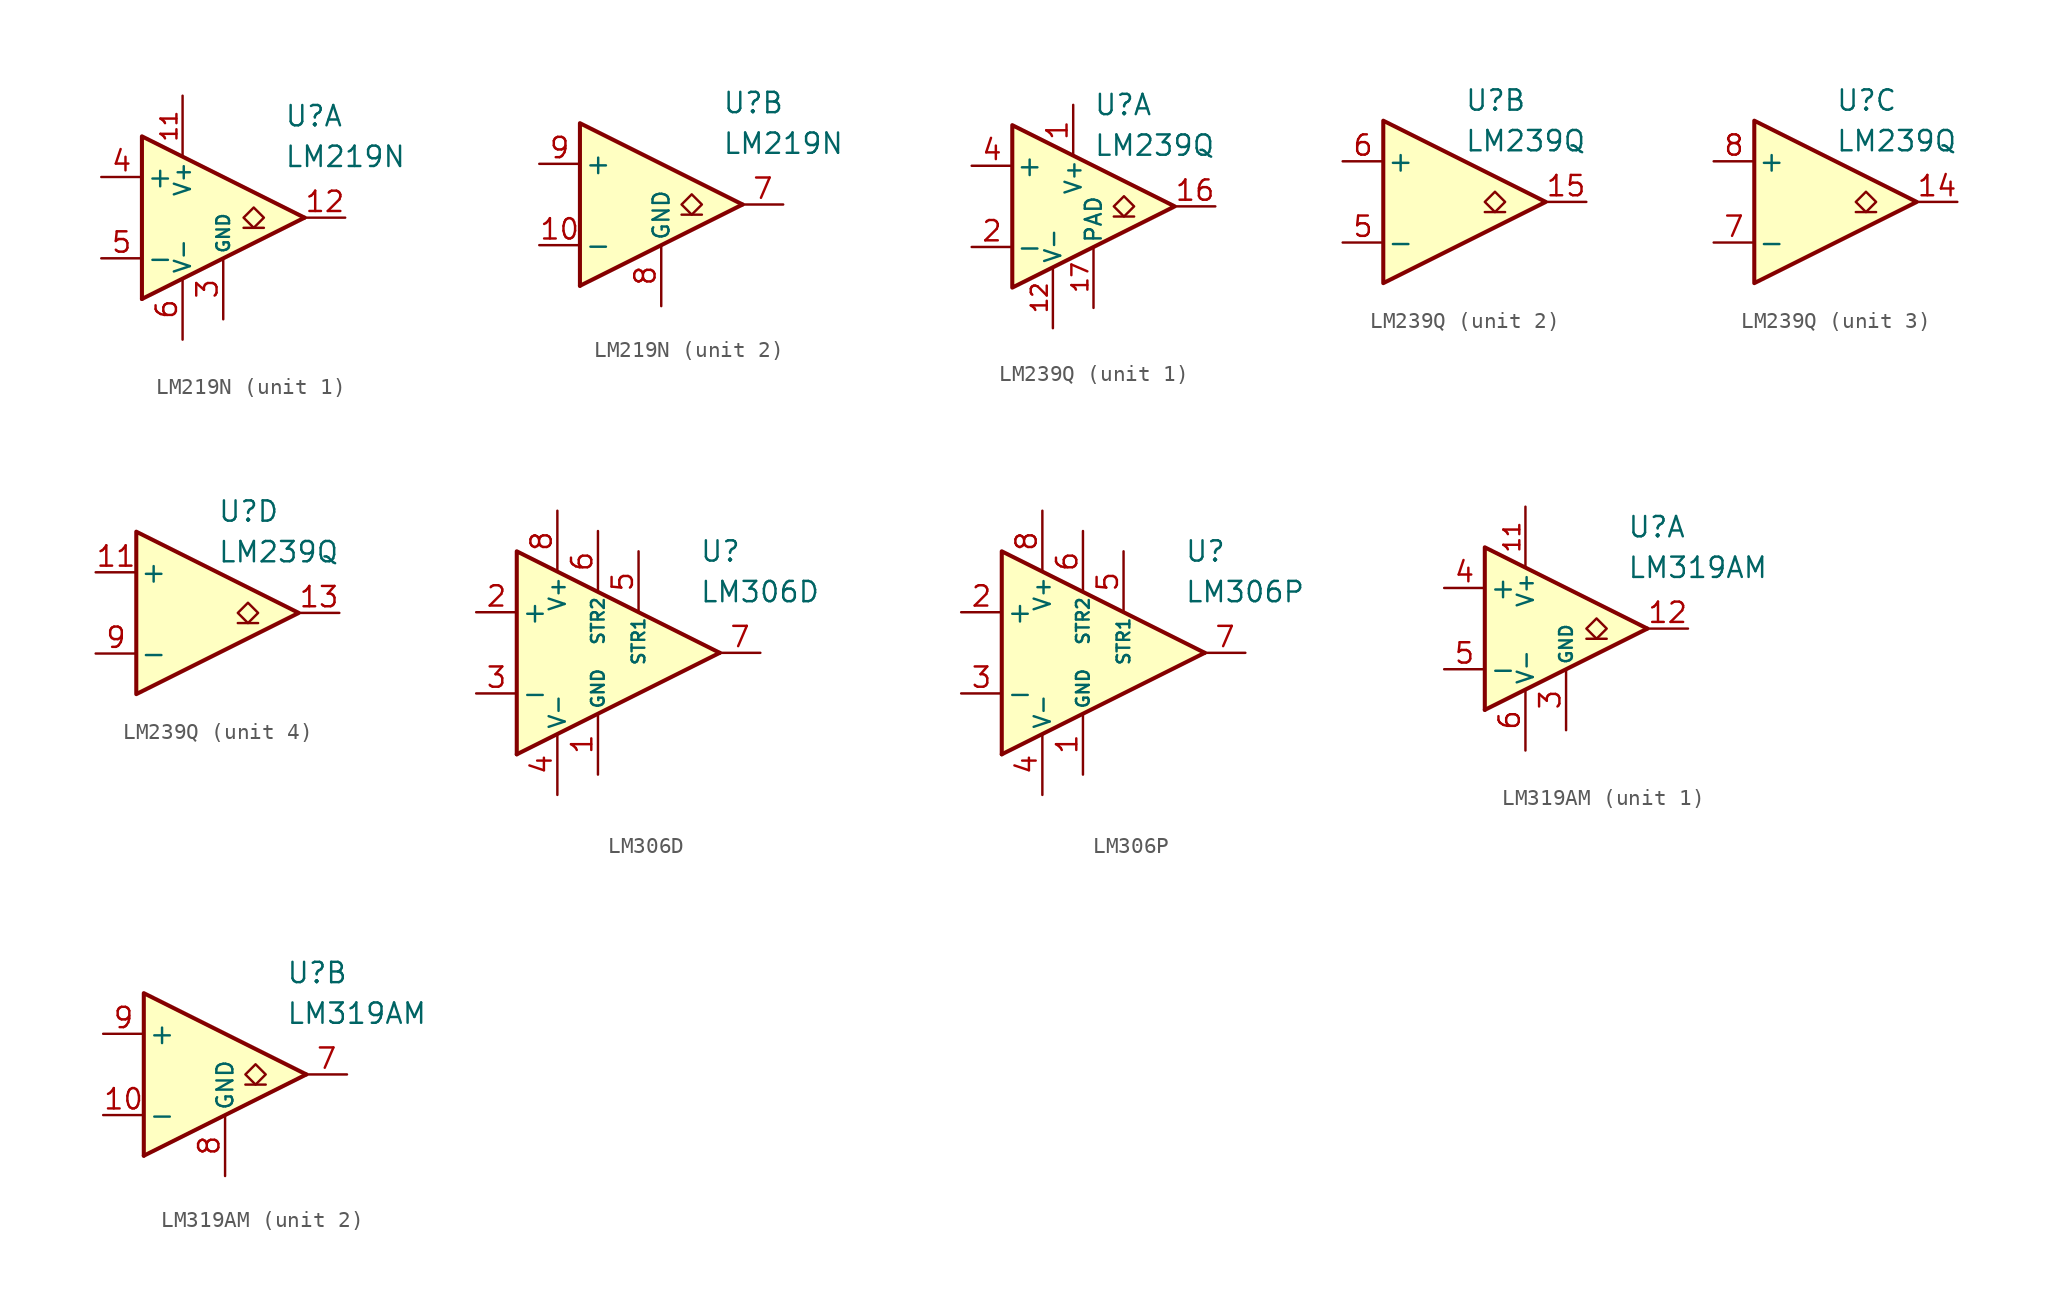
<source format=kicad_sym>
(kicad_symbol_lib
  (version 20231120)
  (generator "kicad_symbol_editor")
  (generator_version "8.0")
  (symbol "LM219N"
    (pin_names
      (offset 0.254))
    (property "Reference" "U"
      (at 6.35 6.35 0)
      (effects (font (size 1.27 1.27)) (justify left)))
    (property "Value" "LM219N"
      (at 6.35 3.81 0)
      (effects (font (size 1.27 1.27)) (justify left)))
    (property "ki_locked" ""
      (at 0 0 0)
      (effects (font (size 1.27 1.27))))
    (symbol "LM219N_0_0"
      (polyline (pts (xy 7.62 0) (xy -2.54 -5.08)) (stroke (width 0.254) (type default)) (fill (type none)))
      (polyline (pts (xy 7.62 0) (xy -2.54 5.08) (xy -2.54 -5.08)) (stroke (width 0.254) (type default)) (fill (type background))))
    (symbol "LM219N_1_1"
      (polyline (pts (xy 5.08 -0.635) (xy 3.81 -0.635)) (stroke (width 0.152) (type default)) (fill (type none)))
      (polyline (pts (xy 4.445 -0.635) (xy 3.81 0) (xy 4.445 0.635) (xy 5.08 0) (xy 4.445 -0.635)) (stroke (width 0.152) (type default)) (fill (type none)))
      (pin no_connect line (at 1.27 2.54 270) (length 2.54) hide (name "NC" (effects (font (size 1.27 1.27)))) (number "1" (effects (font (size 1.27 1.27)))))
      (pin power_in line (at 0 7.62 270) (length 3.81) (name "V+" (effects (font (size 1 1)))) (number "11" (effects (font (size 1 1)))))
      (pin open_collector line (at 10.16 0 180) (length 2.54) (name "~" (effects (font (size 1.27 1.27)))) (number "12" (effects (font (size 1.27 1.27)))))
      (pin no_connect line (at 1.27 -2.54 90) (length 2.54) hide (name "NC" (effects (font (size 1.27 1.27)))) (number "2" (effects (font (size 1.27 1.27)))))
      (pin power_in line (at 2.54 -6.35 90) (length 3.81) (name "GND" (effects (font (size 0.8 0.8)))) (number "3" (effects (font (size 1.27 1.27)))))
      (pin input line (at -5.08 2.54 0) (length 2.54) (name "+" (effects (font (size 1.27 1.27)))) (number "4" (effects (font (size 1.27 1.27)))))
      (pin input line (at -5.08 -2.54 0) (length 2.54) (name "-" (effects (font (size 1.27 1.27)))) (number "5" (effects (font (size 1.27 1.27)))))
      (pin power_in line (at 0 -7.62 90) (length 3.81) (name "V-" (effects (font (size 1 1)))) (number "6" (effects (font (size 1.27 1.27))))))
    (symbol "LM219N_2_1"
      (polyline (pts (xy 5.08 -0.635) (xy 3.81 -0.635)) (stroke (width 0.152) (type default)) (fill (type none)))
      (polyline (pts (xy 4.445 -0.635) (xy 3.81 0) (xy 4.445 0.635) (xy 5.08 0) (xy 4.445 -0.635)) (stroke (width 0.152) (type default)) (fill (type none)))
      (pin input line (at -5.08 -2.54 0) (length 2.54) (name "-" (effects (font (size 1.27 1.27)))) (number "10" (effects (font (size 1.27 1.27)))))
      (pin no_connect line (at 1.27 -2.54 90) (length 2.54) hide (name "NC" (effects (font (size 1.27 1.27)))) (number "13" (effects (font (size 1.27 1.27)))))
      (pin no_connect line (at 1.27 2.54 270) (length 2.54) hide (name "NC" (effects (font (size 1.27 1.27)))) (number "14" (effects (font (size 1.27 1.27)))))
      (pin open_collector line (at 10.16 0 180) (length 2.54) (name "~" (effects (font (size 1.27 1.27)))) (number "7" (effects (font (size 1.27 1.27)))))
      (pin power_in line (at 2.54 -6.35 90) (length 3.81) (name "GND" (effects (font (size 1 1)))) (number "8" (effects (font (size 1.27 1.27)))))
      (pin input line (at -5.08 2.54 0) (length 2.54) (name "+" (effects (font (size 1.27 1.27)))) (number "9" (effects (font (size 1.27 1.27)))))))
  (symbol "LM239Q"
    (pin_names
      (offset 0.2))
    (property "Reference" "U"
      (at 1.27 6.35 0)
      (effects (font (size 1.27 1.27)) (justify left)))
    (property "Value" "LM239Q"
      (at 1.27 3.81 0)
      (effects (font (size 1.27 1.27)) (justify left)))
    (property "ki_locked" ""
      (at 0 0 0)
      (effects (font (size 1.27 1.27))))
    (symbol "LM239Q_0_1"
      (polyline (pts (xy -3.81 5.08) (xy -3.81 -5.08) (xy 6.35 0) (xy -3.81 5.08)) (stroke (width 0.254) (type default)) (fill (type background))))
    (symbol "LM239Q_1_1"
      (polyline (pts (xy 3.81 -0.635) (xy 2.54 -0.635)) (stroke (width 0.152) (type default)) (fill (type none)))
      (polyline (pts (xy 3.175 -0.635) (xy 2.54 0) (xy 3.175 0.635) (xy 3.81 0) (xy 3.175 -0.635)) (stroke (width 0.152) (type default)) (fill (type none)))
      (pin power_in line (at 0 6.35 270) (length 3.18) (name "V+" (effects (font (size 1 1)))) (number "1" (effects (font (size 1.27 1.27)))))
      (pin free line (at -2.54 -1.27 0) (length 2.54) hide (name "NC" (effects (font (size 1.27 1.27)))) (number "10" (effects (font (size 1.27 1.27)))))
      (pin power_in line (at -1.27 -7.62 90) (length 3.81) (name "V-" (effects (font (size 1 1)))) (number "12" (effects (font (size 1 1)))))
      (pin open_collector line (at 8.89 0 180) (length 2.54) (name "~" (effects (font (size 1.27 1.27)))) (number "16" (effects (font (size 1.27 1.27)))))
      (pin power_in line (at 1.27 -6.35 90) (length 3.81) (name "PAD" (effects (font (size 1 1)))) (number "17" (effects (font (size 1 1)))))
      (pin input line (at -6.35 -2.54 0) (length 2.54) (name "-" (effects (font (size 1.27 1.27)))) (number "2" (effects (font (size 1.27 1.27)))))
      (pin free line (at -2.54 1.27 0) (length 2.54) hide (name "NC" (effects (font (size 1.27 1.27)))) (number "3" (effects (font (size 1.27 1.27)))))
      (pin input line (at -6.35 2.54 0) (length 2.54) (name "+" (effects (font (size 1.27 1.27)))) (number "4" (effects (font (size 1.27 1.27))))))
    (symbol "LM239Q_2_1"
      (polyline (pts (xy 3.81 -0.635) (xy 2.54 -0.635)) (stroke (width 0.152) (type default)) (fill (type none)))
      (polyline (pts (xy 3.175 -0.635) (xy 2.54 0) (xy 3.175 0.635) (xy 3.81 0) (xy 3.175 -0.635)) (stroke (width 0.152) (type default)) (fill (type none)))
      (pin open_collector line (at 8.89 0 180) (length 2.54) (name "~" (effects (font (size 1.27 1.27)))) (number "15" (effects (font (size 1.27 1.27)))))
      (pin input line (at -6.35 -2.54 0) (length 2.54) (name "-" (effects (font (size 1.27 1.27)))) (number "5" (effects (font (size 1.27 1.27)))))
      (pin input line (at -6.35 2.54 0) (length 2.54) (name "+" (effects (font (size 1.27 1.27)))) (number "6" (effects (font (size 1.27 1.27))))))
    (symbol "LM239Q_3_1"
      (polyline (pts (xy 3.81 -0.635) (xy 2.54 -0.635)) (stroke (width 0.152) (type default)) (fill (type none)))
      (polyline (pts (xy 3.175 -0.635) (xy 2.54 0) (xy 3.175 0.635) (xy 3.81 0) (xy 3.175 -0.635)) (stroke (width 0.152) (type default)) (fill (type none)))
      (pin open_collector line (at 8.89 0 180) (length 2.54) (name "~" (effects (font (size 1.27 1.27)))) (number "14" (effects (font (size 1.27 1.27)))))
      (pin input line (at -6.35 -2.54 0) (length 2.54) (name "-" (effects (font (size 1.27 1.27)))) (number "7" (effects (font (size 1.27 1.27)))))
      (pin input line (at -6.35 2.54 0) (length 2.54) (name "+" (effects (font (size 1.27 1.27)))) (number "8" (effects (font (size 1.27 1.27))))))
    (symbol "LM239Q_4_1"
      (polyline (pts (xy 3.81 -0.635) (xy 2.54 -0.635)) (stroke (width 0.152) (type default)) (fill (type none)))
      (polyline (pts (xy 3.175 -0.635) (xy 2.54 0) (xy 3.175 0.635) (xy 3.81 0) (xy 3.175 -0.635)) (stroke (width 0.152) (type default)) (fill (type none)))
      (pin input line (at -6.35 2.54 0) (length 2.54) (name "+" (effects (font (size 1.27 1.27)))) (number "11" (effects (font (size 1.27 1.27)))))
      (pin open_collector line (at 8.89 0 180) (length 2.54) (name "~" (effects (font (size 1.27 1.27)))) (number "13" (effects (font (size 1.27 1.27)))))
      (pin input line (at -6.35 -2.54 0) (length 2.54) (name "-" (effects (font (size 1.27 1.27)))) (number "9" (effects (font (size 1.27 1.27)))))))
  (symbol "LM306D"
    (pin_names
      (offset 0.254))
    (property "Reference" "U"
      (at 6.35 6.35 0)
      (effects (font (size 1.27 1.27)) (justify left)))
    (property "Value" "LM306D"
      (at 6.35 3.81 0)
      (effects (font (size 1.27 1.27)) (justify left)))
    (symbol "LM306D_0_0"
      (polyline (pts (xy 7.62 0) (xy -5.08 -6.35)) (stroke (width 0.254) (type default)) (fill (type none)))
      (polyline (pts (xy 7.62 0) (xy -5.08 6.35) (xy -5.08 -6.35)) (stroke (width 0.254) (type default)) (fill (type background))))
    (symbol "LM306D_1_1"
      (pin power_in line (at 0 -7.62 90) (length 3.81) (name "GND" (effects (font (size 0.8 0.8)))) (number "1" (effects (font (size 1.27 1.27)))))
      (pin input line (at -7.62 2.54 0) (length 2.54) (name "+" (effects (font (size 1.27 1.27)))) (number "2" (effects (font (size 1.27 1.27)))))
      (pin input line (at -7.62 -2.54 0) (length 2.54) (name "-" (effects (font (size 1.27 1.27)))) (number "3" (effects (font (size 1.27 1.27)))))
      (pin power_in line (at -2.54 -8.89 90) (length 3.81) (name "V-" (effects (font (size 1 1)))) (number "4" (effects (font (size 1.27 1.27)))))
      (pin input line (at 2.54 6.35 270) (length 3.81) (name "STR1" (effects (font (size 0.8 0.8)))) (number "5" (effects (font (size 1.27 1.27)))))
      (pin input line (at 0 7.62 270) (length 3.81) (name "STR2" (effects (font (size 0.8 0.8)))) (number "6" (effects (font (size 1.27 1.27)))))
      (pin output line (at 10.16 0 180) (length 2.54) (name "~" (effects (font (size 1.27 1.27)))) (number "7" (effects (font (size 1.27 1.27)))))
      (pin power_in line (at -2.54 8.89 270) (length 3.81) (name "V+" (effects (font (size 1 1)))) (number "8" (effects (font (size 1.27 1.27)))))))
  (symbol "LM306P"
    (pin_names
      (offset 0.254))
    (property "Reference" "U"
      (at 6.35 6.35 0)
      (effects (font (size 1.27 1.27)) (justify left)))
    (property "Value" "LM306P"
      (at 6.35 3.81 0)
      (effects (font (size 1.27 1.27)) (justify left)))
    (symbol "LM306P_0_0"
      (polyline (pts (xy 7.62 0) (xy -5.08 -6.35)) (stroke (width 0.254) (type default)) (fill (type none)))
      (polyline (pts (xy 7.62 0) (xy -5.08 6.35) (xy -5.08 -6.35)) (stroke (width 0.254) (type default)) (fill (type background))))
    (symbol "LM306P_1_1"
      (pin power_in line (at 0 -7.62 90) (length 3.81) (name "GND" (effects (font (size 0.8 0.8)))) (number "1" (effects (font (size 1.27 1.27)))))
      (pin input line (at -7.62 2.54 0) (length 2.54) (name "+" (effects (font (size 1.27 1.27)))) (number "2" (effects (font (size 1.27 1.27)))))
      (pin input line (at -7.62 -2.54 0) (length 2.54) (name "-" (effects (font (size 1.27 1.27)))) (number "3" (effects (font (size 1.27 1.27)))))
      (pin power_in line (at -2.54 -8.89 90) (length 3.81) (name "V-" (effects (font (size 1 1)))) (number "4" (effects (font (size 1.27 1.27)))))
      (pin input line (at 2.54 6.35 270) (length 3.81) (name "STR1" (effects (font (size 0.8 0.8)))) (number "5" (effects (font (size 1.27 1.27)))))
      (pin input line (at 0 7.62 270) (length 3.81) (name "STR2" (effects (font (size 0.8 0.8)))) (number "6" (effects (font (size 1.27 1.27)))))
      (pin output line (at 10.16 0 180) (length 2.54) (name "~" (effects (font (size 1.27 1.27)))) (number "7" (effects (font (size 1.27 1.27)))))
      (pin power_in line (at -2.54 8.89 270) (length 3.81) (name "V+" (effects (font (size 1 1)))) (number "8" (effects (font (size 1.27 1.27)))))))
  (symbol "LM319AM"
    (pin_names
      (offset 0.254))
    (property "Reference" "U"
      (at 6.35 6.35 0)
      (effects (font (size 1.27 1.27)) (justify left)))
    (property "Value" "LM319AM"
      (at 6.35 3.81 0)
      (effects (font (size 1.27 1.27)) (justify left)))
    (property "ki_locked" ""
      (at 0 0 0)
      (effects (font (size 1.27 1.27))))
    (symbol "LM319AM_0_0"
      (polyline (pts (xy 7.62 0) (xy -2.54 -5.08)) (stroke (width 0.254) (type default)) (fill (type none)))
      (polyline (pts (xy 7.62 0) (xy -2.54 5.08) (xy -2.54 -5.08)) (stroke (width 0.254) (type default)) (fill (type background))))
    (symbol "LM319AM_1_1"
      (polyline (pts (xy 5.08 -0.635) (xy 3.81 -0.635)) (stroke (width 0.152) (type default)) (fill (type none)))
      (polyline (pts (xy 4.445 -0.635) (xy 3.81 0) (xy 4.445 0.635) (xy 5.08 0) (xy 4.445 -0.635)) (stroke (width 0.152) (type default)) (fill (type none)))
      (pin no_connect line (at 1.27 -2.54 90) (length 2.54) hide (name "NC" (effects (font (size 1.27 1.27)))) (number "1" (effects (font (size 1.27 1.27)))))
      (pin power_in line (at 0 7.62 270) (length 3.81) (name "V+" (effects (font (size 1 1)))) (number "11" (effects (font (size 1 1)))))
      (pin open_collector line (at 10.16 0 180) (length 2.54) (name "~" (effects (font (size 1.27 1.27)))) (number "12" (effects (font (size 1.27 1.27)))))
      (pin no_connect line (at 1.27 2.54 270) (length 2.54) hide (name "NC" (effects (font (size 1.27 1.27)))) (number "2" (effects (font (size 1.27 1.27)))))
      (pin power_in line (at 2.54 -6.35 90) (length 3.81) (name "GND" (effects (font (size 0.8 0.8)))) (number "3" (effects (font (size 1.27 1.27)))))
      (pin input line (at -5.08 2.54 0) (length 2.54) (name "+" (effects (font (size 1.27 1.27)))) (number "4" (effects (font (size 1.27 1.27)))))
      (pin input line (at -5.08 -2.54 0) (length 2.54) (name "-" (effects (font (size 1.27 1.27)))) (number "5" (effects (font (size 1.27 1.27)))))
      (pin power_in line (at 0 -7.62 90) (length 3.81) (name "V-" (effects (font (size 1 1)))) (number "6" (effects (font (size 1.27 1.27))))))
    (symbol "LM319AM_2_1"
      (polyline (pts (xy 5.08 -0.635) (xy 3.81 -0.635)) (stroke (width 0.152) (type default)) (fill (type none)))
      (polyline (pts (xy 4.445 -0.635) (xy 3.81 0) (xy 4.445 0.635) (xy 5.08 0) (xy 4.445 -0.635)) (stroke (width 0.152) (type default)) (fill (type none)))
      (pin input line (at -5.08 -2.54 0) (length 2.54) (name "-" (effects (font (size 1.27 1.27)))) (number "10" (effects (font (size 1.27 1.27)))))
      (pin no_connect line (at 0 -2.54 90) (length 2.54) hide (name "NC" (effects (font (size 1.27 1.27)))) (number "13" (effects (font (size 1.27 1.27)))))
      (pin no_connect line (at 0 2.54 270) (length 2.54) hide (name "NC" (effects (font (size 1.27 1.27)))) (number "14" (effects (font (size 1.27 1.27)))))
      (pin open_collector line (at 10.16 0 180) (length 2.54) (name "~" (effects (font (size 1.27 1.27)))) (number "7" (effects (font (size 1.27 1.27)))))
      (pin power_in line (at 2.54 -6.35 90) (length 3.81) (name "GND" (effects (font (size 1 1)))) (number "8" (effects (font (size 1.27 1.27)))))
      (pin input line (at -5.08 2.54 0) (length 2.54) (name "+" (effects (font (size 1.27 1.27)))) (number "9" (effects (font (size 1.27 1.27))))))))
</source>
